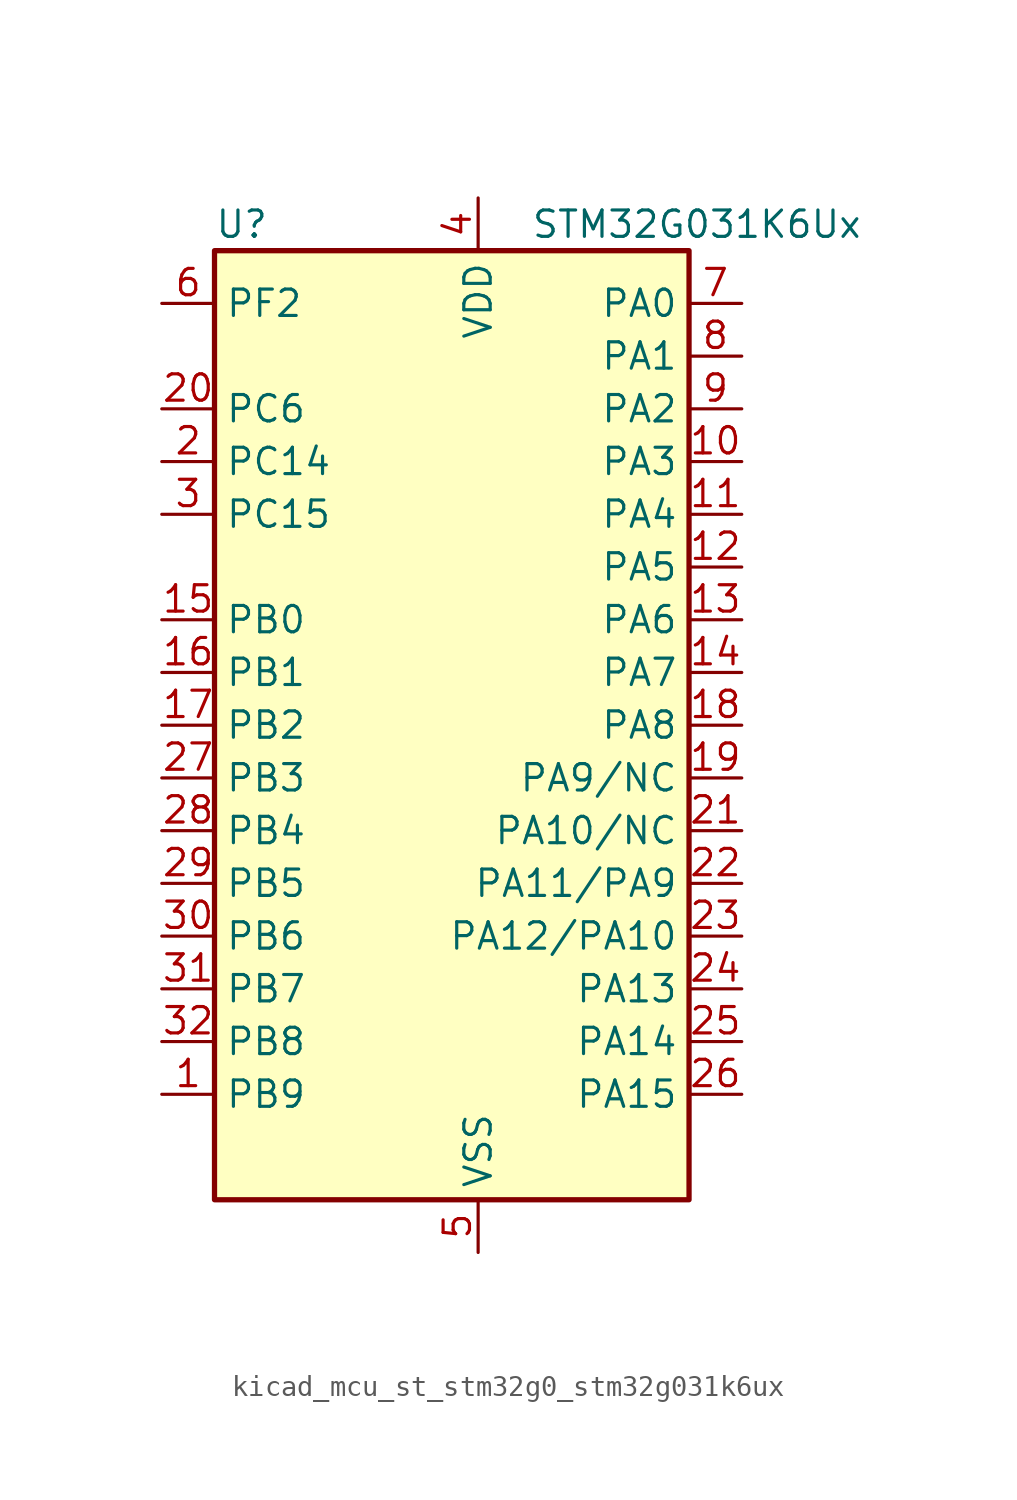
<source format=kicad_sym>
(kicad_symbol_lib
  (version 20220914)
  (generator kicad_symbol_editor)
  (symbol "kicad_mcu_st_stm32g0_stm32g031k6ux"
    (property "Reference" "U"
      (at -10.16 24.13 0)
      (effects (font (size 1.27 1.27)) (justify left)))
    (property "Value" "STM32G031K6Ux"
      (at 5.08 24.13 0)
      (effects (font (size 1.27 1.27)) (justify left)))
    (property "ki_locked" ""
      (at 0 0 0)
      (effects (font (size 1.27 1.27))))
    (symbol "kicad_mcu_st_stm32g0_stm32g031k6ux_0_1"
      (rectangle (start -10.16 -22.86) (end 12.7 22.86) (stroke (width 0.254) (type default)) (fill (type background))))
    (symbol "kicad_mcu_st_stm32g0_stm32g031k6ux_1_1"
      (pin bidirectional line (at -12.7 -17.78 0) (length 2.54) (name "PB9" (effects (font (size 1.27 1.27)))) (number "1" (effects (font (size 1.27 1.27)))) (alternate "I2C1_SDA" bidirectional line) (alternate "IR_OUT" bidirectional line) (alternate "SPI2_NSS" bidirectional line) (alternate "TIM17_CH1" bidirectional line))
      (pin bidirectional line (at 15.24 12.7 180) (length 2.54) (name "PA3" (effects (font (size 1.27 1.27)))) (number "10" (effects (font (size 1.27 1.27)))) (alternate "ADC1_IN3" bidirectional line) (alternate "LPUART1_RX" bidirectional line) (alternate "SPI2_MISO" bidirectional line) (alternate "TIM2_CH4" bidirectional line) (alternate "USART2_RX" bidirectional line))
      (pin bidirectional line (at 15.24 10.16 180) (length 2.54) (name "PA4" (effects (font (size 1.27 1.27)))) (number "11" (effects (font (size 1.27 1.27)))) (alternate "ADC1_IN4" bidirectional line) (alternate "I2S1_WS" bidirectional line) (alternate "LPTIM2_OUT" bidirectional line) (alternate "RTC_OUT_ALARM" bidirectional line) (alternate "RTC_OUT_CALIB" bidirectional line) (alternate "RTC_TAMP_IN1" bidirectional line) (alternate "RTC_TS" bidirectional line) (alternate "SPI1_NSS" bidirectional line) (alternate "SPI2_MOSI" bidirectional line) (alternate "SYS_WKUP2" bidirectional line) (alternate "TIM14_CH1" bidirectional line))
      (pin bidirectional line (at 15.24 7.62 180) (length 2.54) (name "PA5" (effects (font (size 1.27 1.27)))) (number "12" (effects (font (size 1.27 1.27)))) (alternate "ADC1_IN5" bidirectional line) (alternate "I2S1_CK" bidirectional line) (alternate "LPTIM2_ETR" bidirectional line) (alternate "SPI1_SCK" bidirectional line) (alternate "TIM2_CH1" bidirectional line) (alternate "TIM2_ETR" bidirectional line))
      (pin bidirectional line (at 15.24 5.08 180) (length 2.54) (name "PA6" (effects (font (size 1.27 1.27)))) (number "13" (effects (font (size 1.27 1.27)))) (alternate "ADC1_IN6" bidirectional line) (alternate "I2S1_MCK" bidirectional line) (alternate "LPUART1_CTS" bidirectional line) (alternate "SPI1_MISO" bidirectional line) (alternate "TIM16_CH1" bidirectional line) (alternate "TIM1_BK" bidirectional line) (alternate "TIM3_CH1" bidirectional line))
      (pin bidirectional line (at 15.24 2.54 180) (length 2.54) (name "PA7" (effects (font (size 1.27 1.27)))) (number "14" (effects (font (size 1.27 1.27)))) (alternate "ADC1_IN7" bidirectional line) (alternate "I2S1_SD" bidirectional line) (alternate "SPI1_MOSI" bidirectional line) (alternate "TIM14_CH1" bidirectional line) (alternate "TIM17_CH1" bidirectional line) (alternate "TIM1_CH1N" bidirectional line) (alternate "TIM3_CH2" bidirectional line))
      (pin bidirectional line (at -12.7 5.08 0) (length 2.54) (name "PB0" (effects (font (size 1.27 1.27)))) (number "15" (effects (font (size 1.27 1.27)))) (alternate "ADC1_IN8" bidirectional line) (alternate "I2S1_WS" bidirectional line) (alternate "LPTIM1_OUT" bidirectional line) (alternate "SPI1_NSS" bidirectional line) (alternate "TIM1_CH2N" bidirectional line) (alternate "TIM3_CH3" bidirectional line))
      (pin bidirectional line (at -12.7 2.54 0) (length 2.54) (name "PB1" (effects (font (size 1.27 1.27)))) (number "16" (effects (font (size 1.27 1.27)))) (alternate "ADC1_IN9" bidirectional line) (alternate "LPTIM2_IN1" bidirectional line) (alternate "LPUART1_DE" bidirectional line) (alternate "LPUART1_RTS" bidirectional line) (alternate "TIM14_CH1" bidirectional line) (alternate "TIM1_CH3N" bidirectional line) (alternate "TIM3_CH4" bidirectional line))
      (pin bidirectional line (at -12.7 0 0) (length 2.54) (name "PB2" (effects (font (size 1.27 1.27)))) (number "17" (effects (font (size 1.27 1.27)))) (alternate "ADC1_IN10" bidirectional line) (alternate "LPTIM1_OUT" bidirectional line) (alternate "SPI2_MISO" bidirectional line))
      (pin bidirectional line (at 15.24 0 180) (length 2.54) (name "PA8" (effects (font (size 1.27 1.27)))) (number "18" (effects (font (size 1.27 1.27)))) (alternate "LPTIM2_OUT" bidirectional line) (alternate "RCC_MCO" bidirectional line) (alternate "SPI2_NSS" bidirectional line) (alternate "TIM1_CH1" bidirectional line))
      (pin bidirectional line (at 15.24 -2.54 180) (length 2.54) (name "PA9/NC" (effects (font (size 1.27 1.27)))) (number "19" (effects (font (size 1.27 1.27)))) (alternate "I2C1_SCL" bidirectional line) (alternate "RCC_MCO" bidirectional line) (alternate "SPI2_MISO" bidirectional line) (alternate "TIM1_CH2" bidirectional line) (alternate "USART1_TX" bidirectional line))
      (pin bidirectional line (at -12.7 12.7 0) (length 2.54) (name "PC14" (effects (font (size 1.27 1.27)))) (number "2" (effects (font (size 1.27 1.27)))) (alternate "RCC_OSC32_IN" bidirectional line) (alternate "RCC_OSC_IN" bidirectional line) (alternate "TIM1_BK2" bidirectional line))
      (pin bidirectional line (at -12.7 15.24 0) (length 2.54) (name "PC6" (effects (font (size 1.27 1.27)))) (number "20" (effects (font (size 1.27 1.27)))) (alternate "TIM2_CH3" bidirectional line) (alternate "TIM3_CH1" bidirectional line))
      (pin bidirectional line (at 15.24 -5.08 180) (length 2.54) (name "PA10/NC" (effects (font (size 1.27 1.27)))) (number "21" (effects (font (size 1.27 1.27)))) (alternate "I2C1_SDA" bidirectional line) (alternate "SPI2_MOSI" bidirectional line) (alternate "TIM17_BK" bidirectional line) (alternate "TIM1_CH3" bidirectional line) (alternate "USART1_RX" bidirectional line))
      (pin bidirectional line (at 15.24 -7.62 180) (length 2.54) (name "PA11/PA9" (effects (font (size 1.27 1.27)))) (number "22" (effects (font (size 1.27 1.27)))) (alternate "ADC1_EXTI11" bidirectional line) (alternate "ADC1_IN15" bidirectional line) (alternate "I2C2_SCL" bidirectional line) (alternate "I2S1_MCK" bidirectional line) (alternate "SPI1_MISO" bidirectional line) (alternate "TIM1_BK2" bidirectional line) (alternate "TIM1_CH4" bidirectional line) (alternate "USART1_CTS" bidirectional line) (alternate "USART1_NSS" bidirectional line))
      (pin bidirectional line (at 15.24 -10.16 180) (length 2.54) (name "PA12/PA10" (effects (font (size 1.27 1.27)))) (number "23" (effects (font (size 1.27 1.27)))) (alternate "ADC1_IN16" bidirectional line) (alternate "I2C2_SDA" bidirectional line) (alternate "I2S1_SD" bidirectional line) (alternate "I2S_CKIN" bidirectional line) (alternate "SPI1_MOSI" bidirectional line) (alternate "TIM1_ETR" bidirectional line) (alternate "USART1_CK" bidirectional line) (alternate "USART1_DE" bidirectional line) (alternate "USART1_RTS" bidirectional line))
      (pin bidirectional line (at 15.24 -12.7 180) (length 2.54) (name "PA13" (effects (font (size 1.27 1.27)))) (number "24" (effects (font (size 1.27 1.27)))) (alternate "ADC1_IN17" bidirectional line) (alternate "IR_OUT" bidirectional line) (alternate "SYS_SWDIO" bidirectional line))
      (pin bidirectional line (at 15.24 -15.24 180) (length 2.54) (name "PA14" (effects (font (size 1.27 1.27)))) (number "25" (effects (font (size 1.27 1.27)))) (alternate "ADC1_IN18" bidirectional line) (alternate "SYS_SWCLK" bidirectional line) (alternate "USART2_TX" bidirectional line))
      (pin bidirectional line (at 15.24 -17.78 180) (length 2.54) (name "PA15" (effects (font (size 1.27 1.27)))) (number "26" (effects (font (size 1.27 1.27)))) (alternate "I2S1_WS" bidirectional line) (alternate "SPI1_NSS" bidirectional line) (alternate "TIM2_CH1" bidirectional line) (alternate "TIM2_ETR" bidirectional line) (alternate "USART2_RX" bidirectional line))
      (pin bidirectional line (at -12.7 -2.54 0) (length 2.54) (name "PB3" (effects (font (size 1.27 1.27)))) (number "27" (effects (font (size 1.27 1.27)))) (alternate "I2S1_CK" bidirectional line) (alternate "SPI1_SCK" bidirectional line) (alternate "TIM1_CH2" bidirectional line) (alternate "TIM2_CH2" bidirectional line) (alternate "USART1_CK" bidirectional line) (alternate "USART1_DE" bidirectional line) (alternate "USART1_RTS" bidirectional line))
      (pin bidirectional line (at -12.7 -5.08 0) (length 2.54) (name "PB4" (effects (font (size 1.27 1.27)))) (number "28" (effects (font (size 1.27 1.27)))) (alternate "I2S1_MCK" bidirectional line) (alternate "SPI1_MISO" bidirectional line) (alternate "TIM17_BK" bidirectional line) (alternate "TIM3_CH1" bidirectional line) (alternate "USART1_CTS" bidirectional line) (alternate "USART1_NSS" bidirectional line))
      (pin bidirectional line (at -12.7 -7.62 0) (length 2.54) (name "PB5" (effects (font (size 1.27 1.27)))) (number "29" (effects (font (size 1.27 1.27)))) (alternate "I2C1_SMBA" bidirectional line) (alternate "I2S1_SD" bidirectional line) (alternate "LPTIM1_IN1" bidirectional line) (alternate "SPI1_MOSI" bidirectional line) (alternate "SYS_WKUP6" bidirectional line) (alternate "TIM16_BK" bidirectional line) (alternate "TIM3_CH2" bidirectional line))
      (pin bidirectional line (at -12.7 10.16 0) (length 2.54) (name "PC15" (effects (font (size 1.27 1.27)))) (number "3" (effects (font (size 1.27 1.27)))) (alternate "RCC_OSC32_EN" bidirectional line) (alternate "RCC_OSC32_OUT" bidirectional line) (alternate "RCC_OSC_EN" bidirectional line))
      (pin bidirectional line (at -12.7 -10.16 0) (length 2.54) (name "PB6" (effects (font (size 1.27 1.27)))) (number "30" (effects (font (size 1.27 1.27)))) (alternate "I2C1_SCL" bidirectional line) (alternate "LPTIM1_ETR" bidirectional line) (alternate "SPI2_MISO" bidirectional line) (alternate "TIM16_CH1N" bidirectional line) (alternate "TIM1_CH3" bidirectional line) (alternate "USART1_TX" bidirectional line))
      (pin bidirectional line (at -12.7 -12.7 0) (length 2.54) (name "PB7" (effects (font (size 1.27 1.27)))) (number "31" (effects (font (size 1.27 1.27)))) (alternate "ADC1_IN11" bidirectional line) (alternate "I2C1_SDA" bidirectional line) (alternate "LPTIM1_IN2" bidirectional line) (alternate "SPI2_MOSI" bidirectional line) (alternate "SYS_PVD_IN" bidirectional line) (alternate "TIM17_CH1N" bidirectional line) (alternate "USART1_RX" bidirectional line))
      (pin bidirectional line (at -12.7 -15.24 0) (length 2.54) (name "PB8" (effects (font (size 1.27 1.27)))) (number "32" (effects (font (size 1.27 1.27)))) (alternate "I2C1_SCL" bidirectional line) (alternate "SPI2_SCK" bidirectional line) (alternate "TIM16_CH1" bidirectional line))
      (pin passive line (at 2.54 -25.4 90) (length 2.54) hide (name "VSS" (effects (font (size 1.27 1.27)))) (number "33" (effects (font (size 1.27 1.27)))))
      (pin power_in line (at 2.54 25.4 270) (length 2.54) (name "VDD" (effects (font (size 1.27 1.27)))) (number "4" (effects (font (size 1.27 1.27)))))
      (pin power_in line (at 2.54 -25.4 90) (length 2.54) (name "VSS" (effects (font (size 1.27 1.27)))) (number "5" (effects (font (size 1.27 1.27)))))
      (pin bidirectional line (at -12.7 20.32 0) (length 2.54) (name "PF2" (effects (font (size 1.27 1.27)))) (number "6" (effects (font (size 1.27 1.27)))) (alternate "RCC_MCO" bidirectional line))
      (pin bidirectional line (at 15.24 20.32 180) (length 2.54) (name "PA0" (effects (font (size 1.27 1.27)))) (number "7" (effects (font (size 1.27 1.27)))) (alternate "ADC1_IN0" bidirectional line) (alternate "LPTIM1_OUT" bidirectional line) (alternate "RTC_TAMP_IN2" bidirectional line) (alternate "SPI2_SCK" bidirectional line) (alternate "SYS_WKUP1" bidirectional line) (alternate "TIM2_CH1" bidirectional line) (alternate "TIM2_ETR" bidirectional line) (alternate "USART2_CTS" bidirectional line) (alternate "USART2_NSS" bidirectional line))
      (pin bidirectional line (at 15.24 17.78 180) (length 2.54) (name "PA1" (effects (font (size 1.27 1.27)))) (number "8" (effects (font (size 1.27 1.27)))) (alternate "ADC1_IN1" bidirectional line) (alternate "I2C1_SMBA" bidirectional line) (alternate "I2S1_CK" bidirectional line) (alternate "SPI1_SCK" bidirectional line) (alternate "TIM2_CH2" bidirectional line) (alternate "USART2_CK" bidirectional line) (alternate "USART2_DE" bidirectional line) (alternate "USART2_RTS" bidirectional line))
      (pin bidirectional line (at 15.24 15.24 180) (length 2.54) (name "PA2" (effects (font (size 1.27 1.27)))) (number "9" (effects (font (size 1.27 1.27)))) (alternate "ADC1_IN2" bidirectional line) (alternate "I2S1_SD" bidirectional line) (alternate "LPUART1_TX" bidirectional line) (alternate "RCC_LSCO" bidirectional line) (alternate "SPI1_MOSI" bidirectional line) (alternate "SYS_WKUP4" bidirectional line) (alternate "TIM2_CH3" bidirectional line) (alternate "USART2_TX" bidirectional line)))))
</source>
